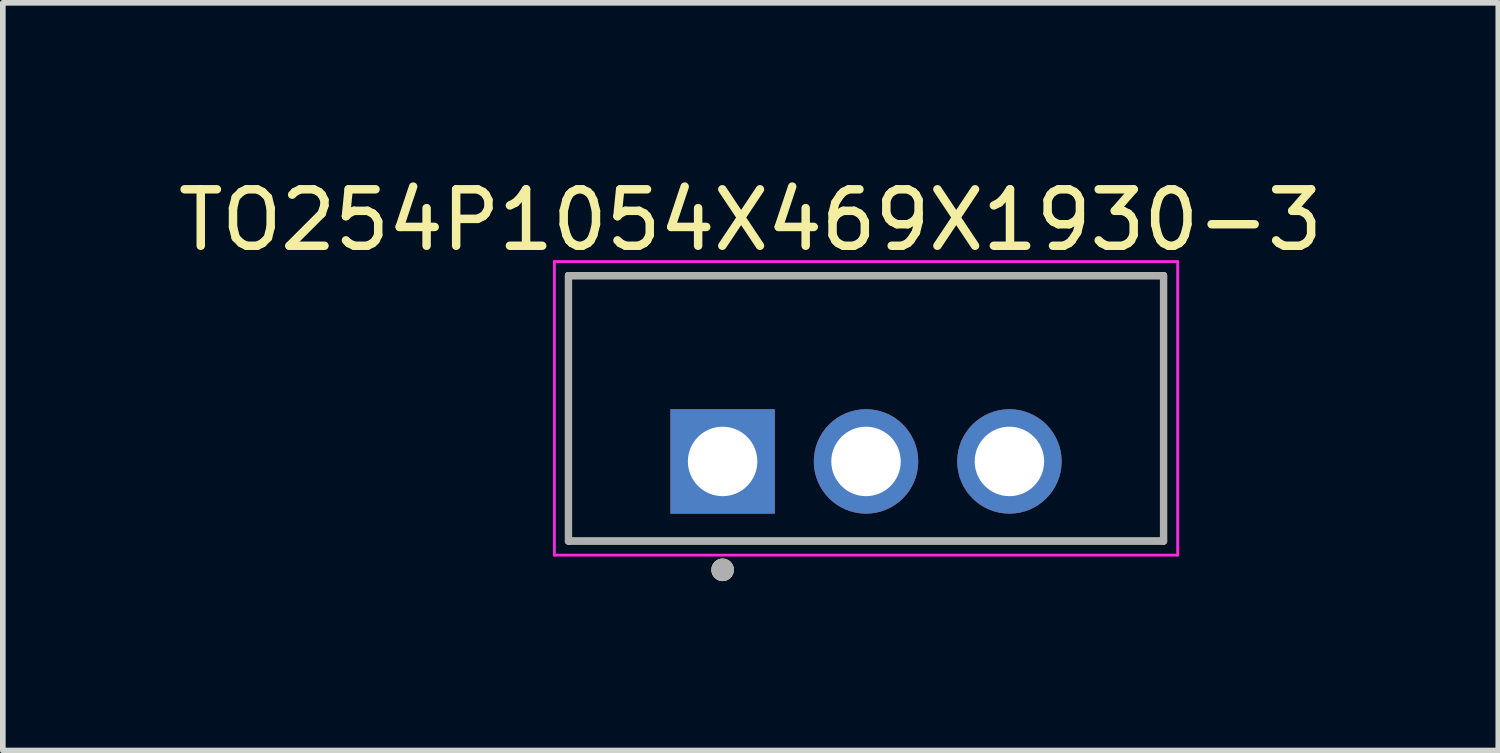
<source format=kicad_pcb>
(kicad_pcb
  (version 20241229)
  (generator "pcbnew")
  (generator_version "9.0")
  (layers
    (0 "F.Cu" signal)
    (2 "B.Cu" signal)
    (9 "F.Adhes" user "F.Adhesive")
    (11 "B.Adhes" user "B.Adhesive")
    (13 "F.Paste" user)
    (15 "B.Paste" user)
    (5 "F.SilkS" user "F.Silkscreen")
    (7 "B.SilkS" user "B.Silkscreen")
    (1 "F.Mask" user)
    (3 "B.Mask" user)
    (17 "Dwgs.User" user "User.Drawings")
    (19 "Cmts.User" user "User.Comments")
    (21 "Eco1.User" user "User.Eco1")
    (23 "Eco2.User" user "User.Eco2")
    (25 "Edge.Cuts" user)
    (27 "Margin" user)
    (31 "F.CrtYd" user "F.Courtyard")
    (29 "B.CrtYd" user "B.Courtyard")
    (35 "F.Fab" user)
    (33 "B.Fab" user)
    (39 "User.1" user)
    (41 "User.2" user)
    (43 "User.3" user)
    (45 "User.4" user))
  (footprint "TO254P1054X469X1930-3"
    (layer "F.Cu")
    (at 12.289 4.183)
    (property "Reference" "TO254P1054X469X1930-3" (at -2.045 -3.335 0) (layer "F.SilkS") (effects (font (size 1 1) (thickness 0.15))))
    (attr through_hole)
    (fp_line (start -5.27 -2.35) (end -5.27 2.35) (stroke (width 0.127) (type solid)) (layer "F.SilkS"))
    (fp_line (start -5.27 2.35) (end 5.27 2.35) (stroke (width 0.127) (type solid)) (layer "F.SilkS"))
    (fp_line (start 5.27 -2.35) (end -5.27 -2.35) (stroke (width 0.127) (type solid)) (layer "F.SilkS"))
    (fp_line (start 5.27 2.35) (end 5.27 -2.35) (stroke (width 0.127) (type solid)) (layer "F.SilkS"))
    (fp_circle (center -2.54 2.86) (end -2.44 2.86) (stroke (width 0.2) (type solid)) (fill no) (layer "F.SilkS"))
    (fp_line (start -5.52 -2.6) (end -5.52 2.6) (stroke (width 0.05) (type solid)) (layer "F.CrtYd"))
    (fp_line (start -5.52 2.6) (end 5.52 2.6) (stroke (width 0.05) (type solid)) (layer "F.CrtYd"))
    (fp_line (start 5.52 -2.6) (end -5.52 -2.6) (stroke (width 0.05) (type solid)) (layer "F.CrtYd"))
    (fp_line (start 5.52 2.6) (end 5.52 -2.6) (stroke (width 0.05) (type solid)) (layer "F.CrtYd"))
    (fp_line (start -5.27 -2.35) (end -5.27 2.35) (stroke (width 0.127) (type solid)) (layer "F.Fab"))
    (fp_line (start -5.27 2.35) (end 5.27 2.35) (stroke (width 0.127) (type solid)) (layer "F.Fab"))
    (fp_line (start 5.27 -2.35) (end -5.27 -2.35) (stroke (width 0.127) (type solid)) (layer "F.Fab"))
    (fp_line (start 5.27 2.35) (end 5.27 -2.35) (stroke (width 0.127) (type solid)) (layer "F.Fab"))
    (fp_circle (center -2.54 2.86) (end -2.44 2.86) (stroke (width 0.2) (type solid)) (fill no) (layer "F.Fab"))
    (pad "1" thru_hole rect (at -2.54 0.94) (size 1.85 1.85) (drill 1.23) (layers "*.Cu" "*.Mask"))
    (pad "2" thru_hole circle (at 0 0.94) (size 1.85 1.85) (drill 1.23) (layers "*.Cu" "*.Mask"))
    (pad "3" thru_hole circle (at 2.54 0.94) (size 1.85 1.85) (drill 1.23) (layers "*.Cu" "*.Mask")))
  (gr_rect
    (start -3 -3)
    (end 23.488 10.243)
    (stroke (width 0.1) (type default))
    (fill no)
    (layer "Edge.Cuts")))
</source>
